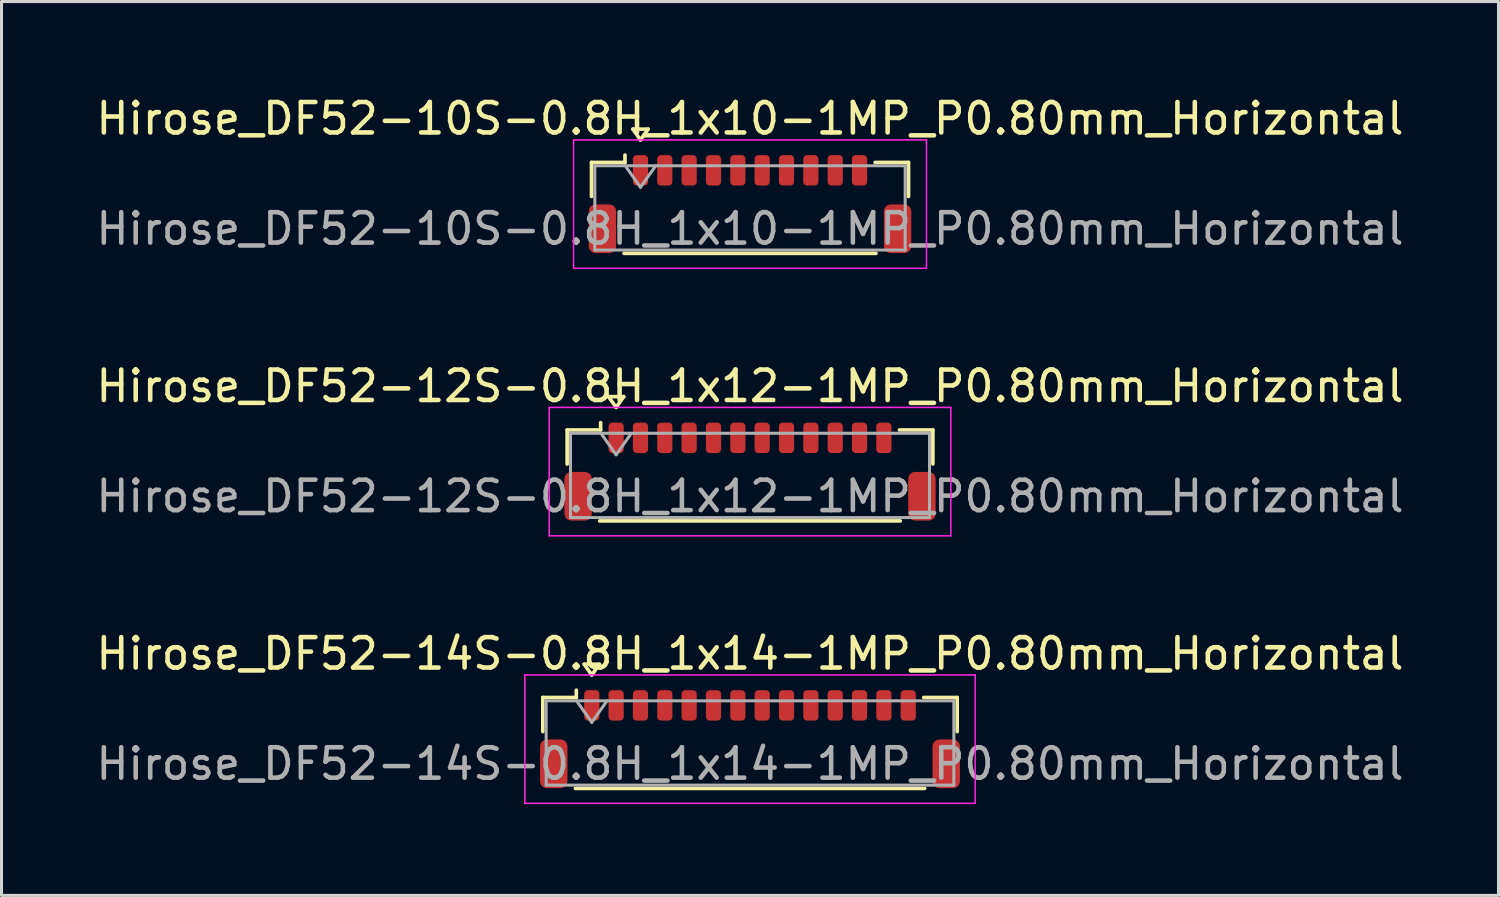
<source format=kicad_pcb>
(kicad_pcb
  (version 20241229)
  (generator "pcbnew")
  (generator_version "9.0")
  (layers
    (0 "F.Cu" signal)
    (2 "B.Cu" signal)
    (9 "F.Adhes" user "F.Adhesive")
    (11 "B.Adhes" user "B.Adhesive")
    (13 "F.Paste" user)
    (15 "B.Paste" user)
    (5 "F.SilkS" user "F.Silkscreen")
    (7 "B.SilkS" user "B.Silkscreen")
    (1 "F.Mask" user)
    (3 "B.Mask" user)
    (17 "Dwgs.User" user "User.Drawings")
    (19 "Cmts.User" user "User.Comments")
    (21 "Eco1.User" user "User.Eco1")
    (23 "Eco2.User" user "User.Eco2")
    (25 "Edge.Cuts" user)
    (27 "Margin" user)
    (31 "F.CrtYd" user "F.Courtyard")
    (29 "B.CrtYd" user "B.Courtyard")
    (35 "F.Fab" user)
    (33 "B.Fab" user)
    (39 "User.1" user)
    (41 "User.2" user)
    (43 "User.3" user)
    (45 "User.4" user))
  (footprint "Hirose_DF52-12S-0.8H_1x12-1MP_P0.80mm_Horizontal"
    (layer "F.Cu")
    (at 21.601 12.451)
    (property "Reference" "Hirose_DF52-12S-0.8H_1x12-1MP_P0.80mm_Horizontal" (at 0 -2.81 0) (layer "F.SilkS") (effects (font (size 1 1) (thickness 0.15))))
    (attr smd)
    (fp_line (start -6.01 -1.37) (end -4.91 -1.37) (stroke (width 0.12) (type solid)) (layer "F.SilkS"))
    (fp_line (start -6.01 -0.25) (end -6.01 -1.37) (stroke (width 0.12) (type solid)) (layer "F.SilkS"))
    (fp_line (start -4.94 1.62) (end 4.94 1.62) (stroke (width 0.12) (type solid)) (layer "F.SilkS"))
    (fp_line (start -4.91 -1.37) (end -4.91 -1.61) (stroke (width 0.12) (type solid)) (layer "F.SilkS"))
    (fp_line (start -4.65 -2.464) (end -4.4 -2.11) (stroke (width 0.12) (type solid)) (layer "F.SilkS"))
    (fp_line (start -4.4 -2.11) (end -4.15 -2.464) (stroke (width 0.12) (type solid)) (layer "F.SilkS"))
    (fp_line (start -4.15 -2.464) (end -4.65 -2.464) (stroke (width 0.12) (type solid)) (layer "F.SilkS"))
    (fp_line (start 6.01 -1.37) (end 4.91 -1.37) (stroke (width 0.12) (type solid)) (layer "F.SilkS"))
    (fp_line (start 6.01 -0.25) (end 6.01 -1.37) (stroke (width 0.12) (type solid)) (layer "F.SilkS"))
    (fp_line (start -6.6 -2.11) (end -6.6 2.11) (stroke (width 0.05) (type solid)) (layer "F.CrtYd"))
    (fp_line (start -6.6 2.11) (end 6.6 2.11) (stroke (width 0.05) (type solid)) (layer "F.CrtYd"))
    (fp_line (start 6.6 -2.11) (end -6.6 -2.11) (stroke (width 0.05) (type solid)) (layer "F.CrtYd"))
    (fp_line (start 6.6 2.11) (end 6.6 -2.11) (stroke (width 0.05) (type solid)) (layer "F.CrtYd"))
    (fp_line (start -5.9 -1.26) (end -5.9 1.51) (stroke (width 0.1) (type solid)) (layer "F.Fab"))
    (fp_line (start -5.9 -1.26) (end 5.9 -1.26) (stroke (width 0.1) (type solid)) (layer "F.Fab"))
    (fp_line (start -5.9 1.51) (end 5.9 1.51) (stroke (width 0.1) (type solid)) (layer "F.Fab"))
    (fp_line (start -4.9 -1.26) (end -4.4 -0.553) (stroke (width 0.1) (type solid)) (layer "F.Fab"))
    (fp_line (start -4.4 -0.553) (end -3.9 -1.26) (stroke (width 0.1) (type solid)) (layer "F.Fab"))
    (fp_line (start 5.9 -1.26) (end 5.9 1.51) (stroke (width 0.1) (type solid)) (layer "F.Fab"))
    (fp_text user "${REFERENCE}" (at 0 0.81 0) (layer "F.Fab") (effects (font (size 1 1) (thickness 0.15))))
    (pad "1" smd roundrect (at -4.4 -1.11) (size 0.5 1) (layers "F.Cu" "F.Mask" "F.Paste") (roundrect_rratio 0.25))
    (pad "2" smd roundrect (at -3.6 -1.11) (size 0.5 1) (layers "F.Cu" "F.Mask" "F.Paste") (roundrect_rratio 0.25))
    (pad "3" smd roundrect (at -2.8 -1.11) (size 0.5 1) (layers "F.Cu" "F.Mask" "F.Paste") (roundrect_rratio 0.25))
    (pad "4" smd roundrect (at -2 -1.11) (size 0.5 1) (layers "F.Cu" "F.Mask" "F.Paste") (roundrect_rratio 0.25))
    (pad "5" smd roundrect (at -1.2 -1.11) (size 0.5 1) (layers "F.Cu" "F.Mask" "F.Paste") (roundrect_rratio 0.25))
    (pad "6" smd roundrect (at -0.4 -1.11) (size 0.5 1) (layers "F.Cu" "F.Mask" "F.Paste") (roundrect_rratio 0.25))
    (pad "7" smd roundrect (at 0.4 -1.11) (size 0.5 1) (layers "F.Cu" "F.Mask" "F.Paste") (roundrect_rratio 0.25))
    (pad "8" smd roundrect (at 1.2 -1.11) (size 0.5 1) (layers "F.Cu" "F.Mask" "F.Paste") (roundrect_rratio 0.25))
    (pad "9" smd roundrect (at 2 -1.11) (size 0.5 1) (layers "F.Cu" "F.Mask" "F.Paste") (roundrect_rratio 0.25))
    (pad "10" smd roundrect (at 2.8 -1.11) (size 0.5 1) (layers "F.Cu" "F.Mask" "F.Paste") (roundrect_rratio 0.25))
    (pad "11" smd roundrect (at 3.6 -1.11) (size 0.5 1) (layers "F.Cu" "F.Mask" "F.Paste") (roundrect_rratio 0.25))
    (pad "12" smd roundrect (at 4.4 -1.11) (size 0.5 1) (layers "F.Cu" "F.Mask" "F.Paste") (roundrect_rratio 0.25))
    (pad "MP" smd roundrect (at -5.65 0.81) (size 0.9 1.6) (layers "F.Cu" "F.Mask" "F.Paste") (roundrect_rratio 0.25))
    (pad "MP" smd roundrect (at 5.65 0.81) (size 0.9 1.6) (layers "F.Cu" "F.Mask" "F.Paste") (roundrect_rratio 0.25)))
  (footprint "Hirose_DF52-10S-0.8H_1x10-1MP_P0.80mm_Horizontal"
    (layer "F.Cu")
    (at 21.601 3.658)
    (property "Reference" "Hirose_DF52-10S-0.8H_1x10-1MP_P0.80mm_Horizontal" (at 0 -2.81 0) (layer "F.SilkS") (effects (font (size 1 1) (thickness 0.15))))
    (attr smd)
    (fp_line (start -5.21 -1.37) (end -4.11 -1.37) (stroke (width 0.12) (type solid)) (layer "F.SilkS"))
    (fp_line (start -5.21 -0.25) (end -5.21 -1.37) (stroke (width 0.12) (type solid)) (layer "F.SilkS"))
    (fp_line (start -4.14 1.62) (end 4.14 1.62) (stroke (width 0.12) (type solid)) (layer "F.SilkS"))
    (fp_line (start -4.11 -1.37) (end -4.11 -1.61) (stroke (width 0.12) (type solid)) (layer "F.SilkS"))
    (fp_line (start -3.85 -2.464) (end -3.6 -2.11) (stroke (width 0.12) (type solid)) (layer "F.SilkS"))
    (fp_line (start -3.6 -2.11) (end -3.35 -2.464) (stroke (width 0.12) (type solid)) (layer "F.SilkS"))
    (fp_line (start -3.35 -2.464) (end -3.85 -2.464) (stroke (width 0.12) (type solid)) (layer "F.SilkS"))
    (fp_line (start 5.21 -1.37) (end 4.11 -1.37) (stroke (width 0.12) (type solid)) (layer "F.SilkS"))
    (fp_line (start 5.21 -0.25) (end 5.21 -1.37) (stroke (width 0.12) (type solid)) (layer "F.SilkS"))
    (fp_line (start -5.8 -2.11) (end -5.8 2.11) (stroke (width 0.05) (type solid)) (layer "F.CrtYd"))
    (fp_line (start -5.8 2.11) (end 5.8 2.11) (stroke (width 0.05) (type solid)) (layer "F.CrtYd"))
    (fp_line (start 5.8 -2.11) (end -5.8 -2.11) (stroke (width 0.05) (type solid)) (layer "F.CrtYd"))
    (fp_line (start 5.8 2.11) (end 5.8 -2.11) (stroke (width 0.05) (type solid)) (layer "F.CrtYd"))
    (fp_line (start -5.1 -1.26) (end -5.1 1.51) (stroke (width 0.1) (type solid)) (layer "F.Fab"))
    (fp_line (start -5.1 -1.26) (end 5.1 -1.26) (stroke (width 0.1) (type solid)) (layer "F.Fab"))
    (fp_line (start -5.1 1.51) (end 5.1 1.51) (stroke (width 0.1) (type solid)) (layer "F.Fab"))
    (fp_line (start -4.1 -1.26) (end -3.6 -0.553) (stroke (width 0.1) (type solid)) (layer "F.Fab"))
    (fp_line (start -3.6 -0.553) (end -3.1 -1.26) (stroke (width 0.1) (type solid)) (layer "F.Fab"))
    (fp_line (start 5.1 -1.26) (end 5.1 1.51) (stroke (width 0.1) (type solid)) (layer "F.Fab"))
    (fp_text user "${REFERENCE}" (at 0 0.81 0) (layer "F.Fab") (effects (font (size 1 1) (thickness 0.15))))
    (pad "1" smd roundrect (at -3.6 -1.11) (size 0.5 1) (layers "F.Cu" "F.Mask" "F.Paste") (roundrect_rratio 0.25))
    (pad "2" smd roundrect (at -2.8 -1.11) (size 0.5 1) (layers "F.Cu" "F.Mask" "F.Paste") (roundrect_rratio 0.25))
    (pad "3" smd roundrect (at -2 -1.11) (size 0.5 1) (layers "F.Cu" "F.Mask" "F.Paste") (roundrect_rratio 0.25))
    (pad "4" smd roundrect (at -1.2 -1.11) (size 0.5 1) (layers "F.Cu" "F.Mask" "F.Paste") (roundrect_rratio 0.25))
    (pad "5" smd roundrect (at -0.4 -1.11) (size 0.5 1) (layers "F.Cu" "F.Mask" "F.Paste") (roundrect_rratio 0.25))
    (pad "6" smd roundrect (at 0.4 -1.11) (size 0.5 1) (layers "F.Cu" "F.Mask" "F.Paste") (roundrect_rratio 0.25))
    (pad "7" smd roundrect (at 1.2 -1.11) (size 0.5 1) (layers "F.Cu" "F.Mask" "F.Paste") (roundrect_rratio 0.25))
    (pad "8" smd roundrect (at 2 -1.11) (size 0.5 1) (layers "F.Cu" "F.Mask" "F.Paste") (roundrect_rratio 0.25))
    (pad "9" smd roundrect (at 2.8 -1.11) (size 0.5 1) (layers "F.Cu" "F.Mask" "F.Paste") (roundrect_rratio 0.25))
    (pad "10" smd roundrect (at 3.6 -1.11) (size 0.5 1) (layers "F.Cu" "F.Mask" "F.Paste") (roundrect_rratio 0.25))
    (pad "MP" smd roundrect (at -4.85 0.81) (size 0.9 1.6) (layers "F.Cu" "F.Mask" "F.Paste") (roundrect_rratio 0.25))
    (pad "MP" smd roundrect (at 4.85 0.81) (size 0.9 1.6) (layers "F.Cu" "F.Mask" "F.Paste") (roundrect_rratio 0.25)))
  (footprint "Hirose_DF52-14S-0.8H_1x14-1MP_P0.80mm_Horizontal"
    (layer "F.Cu")
    (at 21.601 21.245)
    (property "Reference" "Hirose_DF52-14S-0.8H_1x14-1MP_P0.80mm_Horizontal" (at 0 -2.81 0) (layer "F.SilkS") (effects (font (size 1 1) (thickness 0.15))))
    (attr smd)
    (fp_line (start -6.81 -1.37) (end -5.71 -1.37) (stroke (width 0.12) (type solid)) (layer "F.SilkS"))
    (fp_line (start -6.81 -0.25) (end -6.81 -1.37) (stroke (width 0.12) (type solid)) (layer "F.SilkS"))
    (fp_line (start -5.74 1.62) (end 5.74 1.62) (stroke (width 0.12) (type solid)) (layer "F.SilkS"))
    (fp_line (start -5.71 -1.37) (end -5.71 -1.61) (stroke (width 0.12) (type solid)) (layer "F.SilkS"))
    (fp_line (start -5.45 -2.464) (end -5.2 -2.11) (stroke (width 0.12) (type solid)) (layer "F.SilkS"))
    (fp_line (start -5.2 -2.11) (end -4.95 -2.464) (stroke (width 0.12) (type solid)) (layer "F.SilkS"))
    (fp_line (start -4.95 -2.464) (end -5.45 -2.464) (stroke (width 0.12) (type solid)) (layer "F.SilkS"))
    (fp_line (start 6.81 -1.37) (end 5.71 -1.37) (stroke (width 0.12) (type solid)) (layer "F.SilkS"))
    (fp_line (start 6.81 -0.25) (end 6.81 -1.37) (stroke (width 0.12) (type solid)) (layer "F.SilkS"))
    (fp_line (start -7.4 -2.11) (end -7.4 2.11) (stroke (width 0.05) (type solid)) (layer "F.CrtYd"))
    (fp_line (start -7.4 2.11) (end 7.4 2.11) (stroke (width 0.05) (type solid)) (layer "F.CrtYd"))
    (fp_line (start 7.4 -2.11) (end -7.4 -2.11) (stroke (width 0.05) (type solid)) (layer "F.CrtYd"))
    (fp_line (start 7.4 2.11) (end 7.4 -2.11) (stroke (width 0.05) (type solid)) (layer "F.CrtYd"))
    (fp_line (start -6.7 -1.26) (end -6.7 1.51) (stroke (width 0.1) (type solid)) (layer "F.Fab"))
    (fp_line (start -6.7 -1.26) (end 6.7 -1.26) (stroke (width 0.1) (type solid)) (layer "F.Fab"))
    (fp_line (start -6.7 1.51) (end 6.7 1.51) (stroke (width 0.1) (type solid)) (layer "F.Fab"))
    (fp_line (start -5.7 -1.26) (end -5.2 -0.553) (stroke (width 0.1) (type solid)) (layer "F.Fab"))
    (fp_line (start -5.2 -0.553) (end -4.7 -1.26) (stroke (width 0.1) (type solid)) (layer "F.Fab"))
    (fp_line (start 6.7 -1.26) (end 6.7 1.51) (stroke (width 0.1) (type solid)) (layer "F.Fab"))
    (fp_text user "${REFERENCE}" (at 0 0.81 0) (layer "F.Fab") (effects (font (size 1 1) (thickness 0.15))))
    (pad "1" smd roundrect (at -5.2 -1.11) (size 0.5 1) (layers "F.Cu" "F.Mask" "F.Paste") (roundrect_rratio 0.25))
    (pad "2" smd roundrect (at -4.4 -1.11) (size 0.5 1) (layers "F.Cu" "F.Mask" "F.Paste") (roundrect_rratio 0.25))
    (pad "3" smd roundrect (at -3.6 -1.11) (size 0.5 1) (layers "F.Cu" "F.Mask" "F.Paste") (roundrect_rratio 0.25))
    (pad "4" smd roundrect (at -2.8 -1.11) (size 0.5 1) (layers "F.Cu" "F.Mask" "F.Paste") (roundrect_rratio 0.25))
    (pad "5" smd roundrect (at -2 -1.11) (size 0.5 1) (layers "F.Cu" "F.Mask" "F.Paste") (roundrect_rratio 0.25))
    (pad "6" smd roundrect (at -1.2 -1.11) (size 0.5 1) (layers "F.Cu" "F.Mask" "F.Paste") (roundrect_rratio 0.25))
    (pad "7" smd roundrect (at -0.4 -1.11) (size 0.5 1) (layers "F.Cu" "F.Mask" "F.Paste") (roundrect_rratio 0.25))
    (pad "8" smd roundrect (at 0.4 -1.11) (size 0.5 1) (layers "F.Cu" "F.Mask" "F.Paste") (roundrect_rratio 0.25))
    (pad "9" smd roundrect (at 1.2 -1.11) (size 0.5 1) (layers "F.Cu" "F.Mask" "F.Paste") (roundrect_rratio 0.25))
    (pad "10" smd roundrect (at 2 -1.11) (size 0.5 1) (layers "F.Cu" "F.Mask" "F.Paste") (roundrect_rratio 0.25))
    (pad "11" smd roundrect (at 2.8 -1.11) (size 0.5 1) (layers "F.Cu" "F.Mask" "F.Paste") (roundrect_rratio 0.25))
    (pad "12" smd roundrect (at 3.6 -1.11) (size 0.5 1) (layers "F.Cu" "F.Mask" "F.Paste") (roundrect_rratio 0.25))
    (pad "13" smd roundrect (at 4.4 -1.11) (size 0.5 1) (layers "F.Cu" "F.Mask" "F.Paste") (roundrect_rratio 0.25))
    (pad "14" smd roundrect (at 5.2 -1.11) (size 0.5 1) (layers "F.Cu" "F.Mask" "F.Paste") (roundrect_rratio 0.25))
    (pad "MP" smd roundrect (at -6.45 0.81) (size 0.9 1.6) (layers "F.Cu" "F.Mask" "F.Paste") (roundrect_rratio 0.25))
    (pad "MP" smd roundrect (at 6.45 0.81) (size 0.9 1.6) (layers "F.Cu" "F.Mask" "F.Paste") (roundrect_rratio 0.25)))
  (gr_rect
    (start -3 -3)
    (end 46.202 26.38)
    (stroke (width 0.1) (type default))
    (fill no)
    (layer "Edge.Cuts")))
</source>
